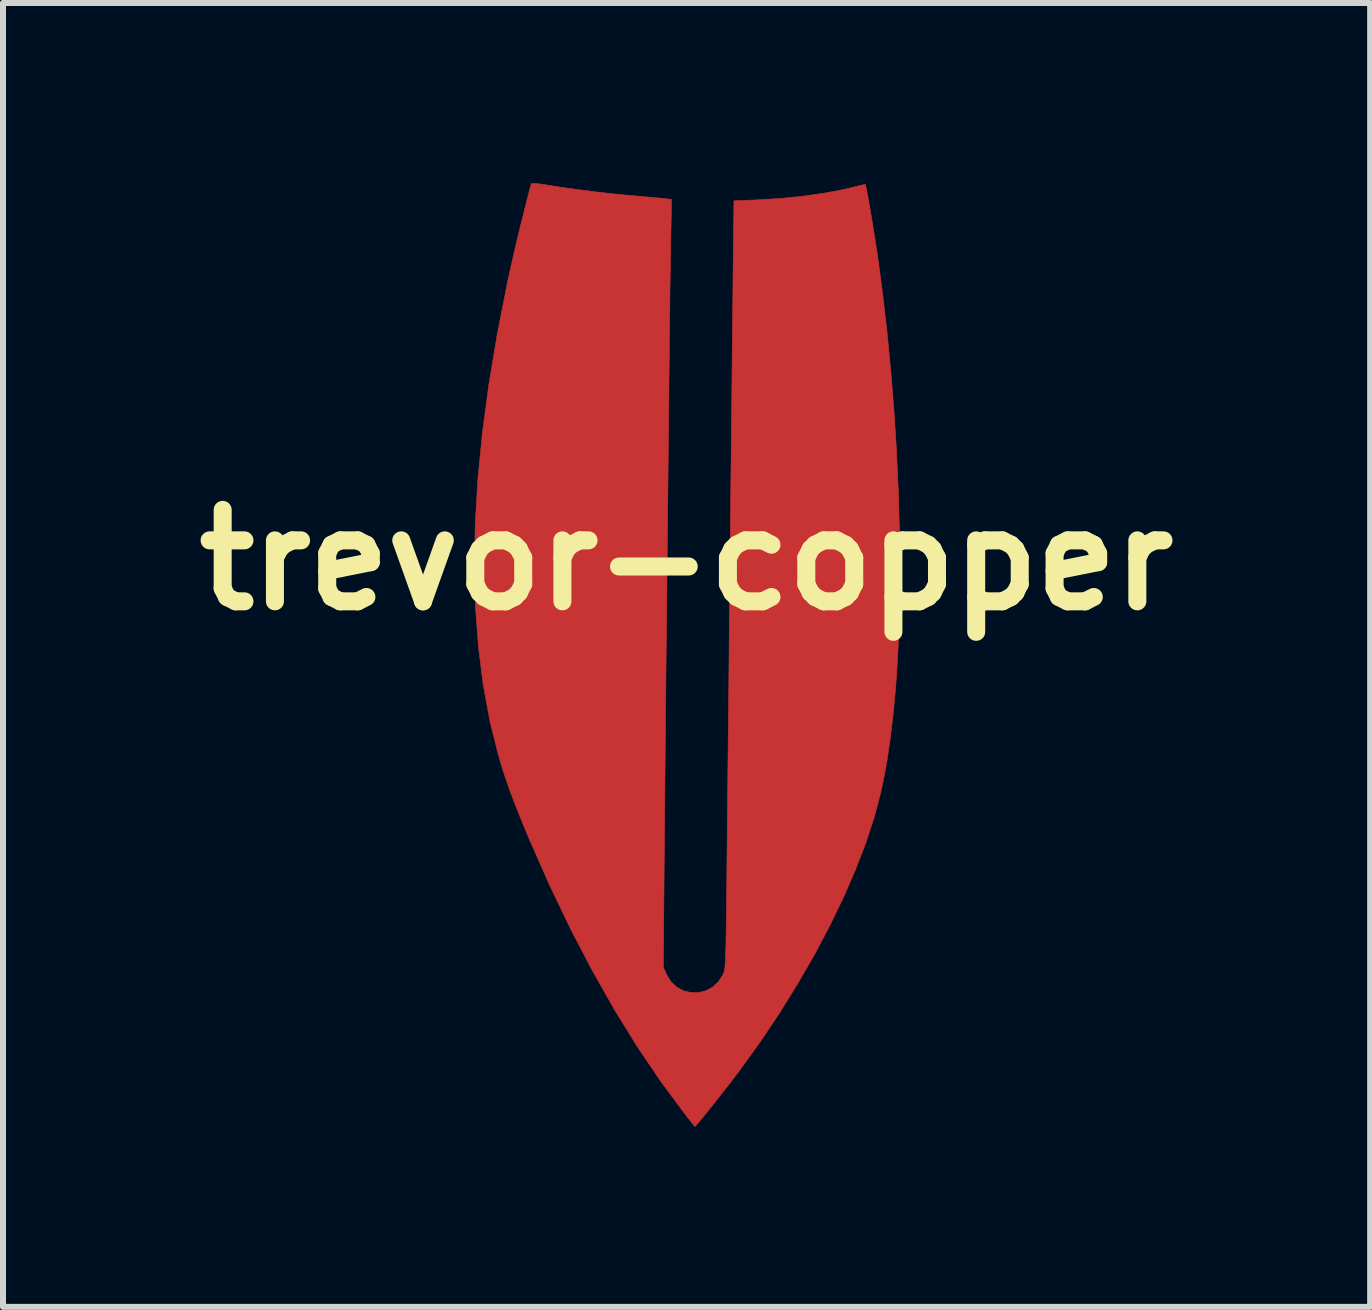
<source format=kicad_pcb>
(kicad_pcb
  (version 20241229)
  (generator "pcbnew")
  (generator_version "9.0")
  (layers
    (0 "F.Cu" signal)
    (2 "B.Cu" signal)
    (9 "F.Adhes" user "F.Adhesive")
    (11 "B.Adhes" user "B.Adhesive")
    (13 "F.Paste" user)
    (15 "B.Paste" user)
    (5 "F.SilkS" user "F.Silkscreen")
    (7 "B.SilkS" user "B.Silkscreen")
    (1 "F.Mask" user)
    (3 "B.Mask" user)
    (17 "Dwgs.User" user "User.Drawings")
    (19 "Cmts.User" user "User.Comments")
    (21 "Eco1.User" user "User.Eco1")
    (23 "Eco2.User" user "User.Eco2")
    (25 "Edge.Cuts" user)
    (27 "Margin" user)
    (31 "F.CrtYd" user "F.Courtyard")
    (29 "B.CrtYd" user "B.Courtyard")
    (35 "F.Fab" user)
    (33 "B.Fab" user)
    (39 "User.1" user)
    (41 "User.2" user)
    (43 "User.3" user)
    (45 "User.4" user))
  (footprint "trevor-copper"
    (layer "F.Cu")
    (at 8.389 6.28)
    (property "Reference" "trevor-copper" (at 0 0 0) (layer "F.SilkS") (effects (font (size 1.524 1.524) (thickness 0.3))))
    (attr through_hole)
    (fp_poly (pts (xy -2.499 -6.271) (xy -2.416 -6.261) (xy -2.317 -6.246) (xy -2.316 -6.246) (xy -2.092 -6.21) (xy -1.839 -6.175) (xy -1.569 -6.14) (xy -1.295 -6.108) (xy -1.03 -6.081) (xy -0.847 -6.065) (xy -0.712 -6.053) (xy -0.586 -6.042) (xy -0.477 -6.032) (xy -0.393 -6.024) (xy -0.342 -6.019) (xy -0.342 -6.019) (xy -0.25 -6.008) (xy -0.262 -5.369) (xy -0.265 -5.218) (xy -0.268 -5.032) (xy -0.271 -4.818) (xy -0.275 -4.583) (xy -0.278 -4.336) (xy -0.281 -4.082) (xy -0.284 -3.829) (xy -0.286 -3.585) (xy -0.286 -3.577) (xy -0.288 -3.41) (xy -0.29 -3.205) (xy -0.293 -2.965) (xy -0.295 -2.695) (xy -0.299 -2.397) (xy -0.302 -2.077) (xy -0.305 -1.738) (xy -0.309 -1.383) (xy -0.313 -1.017) (xy -0.317 -0.643) (xy -0.321 -0.266) (xy -0.324 0.11) (xy -0.328 0.483) (xy -0.328 0.487) (xy -0.332 0.873) (xy -0.336 1.271) (xy -0.341 1.677) (xy -0.345 2.087) (xy -0.349 2.496) (xy -0.353 2.898) (xy -0.356 3.29) (xy -0.36 3.667) (xy -0.363 4.023) (xy -0.366 4.354) (xy -0.369 4.656) (xy -0.371 4.923) (xy -0.373 5.091) (xy -0.387 6.784) (xy -0.339 6.896) (xy -0.265 7.02) (xy -0.169 7.113) (xy -0.056 7.176) (xy 0.067 7.207) (xy 0.194 7.209) (xy 0.318 7.179) (xy 0.432 7.119) (xy 0.531 7.029) (xy 0.608 6.908) (xy 0.613 6.897) (xy 0.62 6.88) (xy 0.626 6.861) (xy 0.632 6.838) (xy 0.637 6.809) (xy 0.641 6.771) (xy 0.645 6.72) (xy 0.649 6.656) (xy 0.652 6.574) (xy 0.655 6.473) (xy 0.658 6.35) (xy 0.66 6.203) (xy 0.663 6.028) (xy 0.666 5.824) (xy 0.668 5.588) (xy 0.671 5.317) (xy 0.674 5.009) (xy 0.678 4.664) (xy 0.681 4.304) (xy 0.685 3.913) (xy 0.689 3.492) (xy 0.694 3.047) (xy 0.699 2.581) (xy 0.704 2.097) (xy 0.709 1.6) (xy 0.714 1.093) (xy 0.719 0.579) (xy 0.725 0.063) (xy 0.73 -0.451) (xy 0.735 -0.961) (xy 0.741 -1.462) (xy 0.746 -1.951) (xy 0.751 -2.423) (xy 0.756 -2.876) (xy 0.76 -3.304) (xy 0.764 -3.706) (xy 0.768 -4.076) (xy 0.772 -4.412) (xy 0.775 -4.709) (xy 0.775 -4.712) (xy 0.79 -5.984) (xy 1.141 -5.998) (xy 1.545 -6.022) (xy 1.931 -6.06) (xy 2.293 -6.111) (xy 2.623 -6.174) (xy 2.773 -6.21) (xy 2.859 -6.231) (xy 2.927 -6.247) (xy 2.969 -6.256) (xy 2.978 -6.257) (xy 2.985 -6.234) (xy 2.998 -6.174) (xy 3.015 -6.085) (xy 3.036 -5.97) (xy 3.059 -5.838) (xy 3.084 -5.692) (xy 3.109 -5.539) (xy 3.134 -5.385) (xy 3.157 -5.236) (xy 3.178 -5.096) (xy 3.184 -5.057) (xy 3.268 -4.428) (xy 3.342 -3.782) (xy 3.405 -3.124) (xy 3.458 -2.461) (xy 3.499 -1.796) (xy 3.529 -1.137) (xy 3.547 -0.487) (xy 3.554 0.146) (xy 3.548 0.759) (xy 3.531 1.344) (xy 3.501 1.898) (xy 3.48 2.17) (xy 3.441 2.581) (xy 3.394 2.973) (xy 3.34 3.339) (xy 3.279 3.673) (xy 3.236 3.873) (xy 3.127 4.284) (xy 2.986 4.716) (xy 2.813 5.165) (xy 2.612 5.627) (xy 2.383 6.1) (xy 2.129 6.579) (xy 1.851 7.061) (xy 1.552 7.543) (xy 1.233 8.02) (xy 0.896 8.489) (xy 0.851 8.549) (xy 0.783 8.639) (xy 0.704 8.742) (xy 0.617 8.852) (xy 0.528 8.966) (xy 0.439 9.078) (xy 0.355 9.183) (xy 0.28 9.276) (xy 0.217 9.353) (xy 0.17 9.408) (xy 0.144 9.437) (xy 0.14 9.44) (xy 0.127 9.425) (xy 0.092 9.382) (xy 0.042 9.318) (xy -0.019 9.241) (xy -0.024 9.234) (xy -0.424 8.695) (xy -0.816 8.115) (xy -1.197 7.498) (xy -1.568 6.845) (xy -1.927 6.157) (xy -2.273 5.437) (xy -2.605 4.686) (xy -2.668 4.536) (xy -2.776 4.274) (xy -2.868 4.041) (xy -2.947 3.832) (xy -3.015 3.637) (xy -3.076 3.45) (xy -3.131 3.262) (xy -3.133 3.255) (xy -3.276 2.682) (xy -3.387 2.08) (xy -3.467 1.45) (xy -3.516 0.792) (xy -3.534 0.105) (xy -3.52 -0.611) (xy -3.476 -1.354) (xy -3.4 -2.126) (xy -3.293 -2.926) (xy -3.155 -3.755) (xy -2.986 -4.611) (xy -2.94 -4.826) (xy -2.912 -4.951) (xy -2.879 -5.093) (xy -2.843 -5.246) (xy -2.805 -5.407) (xy -2.766 -5.568) (xy -2.727 -5.725) (xy -2.691 -5.872) (xy -2.657 -6.004) (xy -2.628 -6.115) (xy -2.605 -6.201) (xy -2.59 -6.255) (xy -2.583 -6.272) (xy -2.557 -6.275) (xy -2.499 -6.271)) (stroke (width 0.01) (type solid)) (fill yes) (layer "F.Cu"))
    (fp_poly (pts (xy -2.499 -6.271) (xy -2.416 -6.261) (xy -2.317 -6.246) (xy -2.316 -6.246) (xy -2.092 -6.21) (xy -1.839 -6.175) (xy -1.569 -6.14) (xy -1.295 -6.108) (xy -1.03 -6.081) (xy -0.847 -6.065) (xy -0.712 -6.053) (xy -0.586 -6.042) (xy -0.477 -6.032) (xy -0.393 -6.024) (xy -0.342 -6.019) (xy -0.342 -6.019) (xy -0.25 -6.008) (xy -0.262 -5.369) (xy -0.265 -5.218) (xy -0.268 -5.032) (xy -0.271 -4.818) (xy -0.275 -4.583) (xy -0.278 -4.336) (xy -0.281 -4.082) (xy -0.284 -3.829) (xy -0.286 -3.585) (xy -0.286 -3.577) (xy -0.288 -3.41) (xy -0.29 -3.205) (xy -0.293 -2.965) (xy -0.295 -2.695) (xy -0.299 -2.397) (xy -0.302 -2.077) (xy -0.305 -1.738) (xy -0.309 -1.383) (xy -0.313 -1.017) (xy -0.317 -0.643) (xy -0.321 -0.266) (xy -0.324 0.11) (xy -0.328 0.483) (xy -0.328 0.487) (xy -0.332 0.873) (xy -0.336 1.271) (xy -0.341 1.677) (xy -0.345 2.087) (xy -0.349 2.496) (xy -0.353 2.898) (xy -0.356 3.29) (xy -0.36 3.667) (xy -0.363 4.023) (xy -0.366 4.354) (xy -0.369 4.656) (xy -0.371 4.923) (xy -0.373 5.091) (xy -0.387 6.784) (xy -0.339 6.896) (xy -0.265 7.02) (xy -0.169 7.113) (xy -0.056 7.176) (xy 0.067 7.207) (xy 0.194 7.209) (xy 0.318 7.179) (xy 0.432 7.119) (xy 0.531 7.029) (xy 0.608 6.908) (xy 0.613 6.897) (xy 0.62 6.88) (xy 0.626 6.861) (xy 0.632 6.838) (xy 0.637 6.809) (xy 0.641 6.771) (xy 0.645 6.72) (xy 0.649 6.656) (xy 0.652 6.574) (xy 0.655 6.473) (xy 0.658 6.35) (xy 0.66 6.203) (xy 0.663 6.028) (xy 0.666 5.824) (xy 0.668 5.588) (xy 0.671 5.317) (xy 0.674 5.009) (xy 0.678 4.664) (xy 0.681 4.304) (xy 0.685 3.913) (xy 0.689 3.492) (xy 0.694 3.047) (xy 0.699 2.581) (xy 0.704 2.097) (xy 0.709 1.6) (xy 0.714 1.093) (xy 0.719 0.579) (xy 0.725 0.063) (xy 0.73 -0.451) (xy 0.735 -0.961) (xy 0.741 -1.462) (xy 0.746 -1.951) (xy 0.751 -2.423) (xy 0.756 -2.876) (xy 0.76 -3.304) (xy 0.764 -3.706) (xy 0.768 -4.076) (xy 0.772 -4.412) (xy 0.775 -4.709) (xy 0.775 -4.712) (xy 0.79 -5.984) (xy 1.141 -5.998) (xy 1.545 -6.022) (xy 1.931 -6.06) (xy 2.293 -6.111) (xy 2.623 -6.174) (xy 2.773 -6.21) (xy 2.859 -6.231) (xy 2.927 -6.247) (xy 2.969 -6.256) (xy 2.978 -6.257) (xy 2.985 -6.234) (xy 2.998 -6.174) (xy 3.015 -6.085) (xy 3.036 -5.97) (xy 3.059 -5.838) (xy 3.084 -5.692) (xy 3.109 -5.539) (xy 3.134 -5.385) (xy 3.157 -5.236) (xy 3.178 -5.096) (xy 3.184 -5.057) (xy 3.268 -4.428) (xy 3.342 -3.782) (xy 3.405 -3.124) (xy 3.458 -2.461) (xy 3.499 -1.796) (xy 3.529 -1.137) (xy 3.547 -0.487) (xy 3.554 0.146) (xy 3.548 0.759) (xy 3.531 1.344) (xy 3.501 1.898) (xy 3.48 2.17) (xy 3.441 2.581) (xy 3.394 2.973) (xy 3.34 3.339) (xy 3.279 3.673) (xy 3.236 3.873) (xy 3.127 4.284) (xy 2.986 4.716) (xy 2.813 5.165) (xy 2.612 5.627) (xy 2.383 6.1) (xy 2.129 6.579) (xy 1.851 7.061) (xy 1.552 7.543) (xy 1.233 8.02) (xy 0.896 8.489) (xy 0.851 8.549) (xy 0.783 8.639) (xy 0.704 8.742) (xy 0.617 8.852) (xy 0.528 8.966) (xy 0.439 9.078) (xy 0.355 9.183) (xy 0.28 9.276) (xy 0.217 9.353) (xy 0.17 9.408) (xy 0.144 9.437) (xy 0.14 9.44) (xy 0.127 9.425) (xy 0.092 9.382) (xy 0.042 9.318) (xy -0.019 9.241) (xy -0.024 9.234) (xy -0.424 8.695) (xy -0.816 8.115) (xy -1.197 7.498) (xy -1.568 6.845) (xy -1.927 6.157) (xy -2.273 5.437) (xy -2.605 4.686) (xy -2.668 4.536) (xy -2.776 4.274) (xy -2.868 4.041) (xy -2.947 3.832) (xy -3.015 3.637) (xy -3.076 3.45) (xy -3.131 3.262) (xy -3.133 3.255) (xy -3.276 2.682) (xy -3.387 2.08) (xy -3.467 1.45) (xy -3.516 0.792) (xy -3.534 0.105) (xy -3.52 -0.611) (xy -3.476 -1.354) (xy -3.4 -2.126) (xy -3.293 -2.926) (xy -3.155 -3.755) (xy -2.986 -4.611) (xy -2.94 -4.826) (xy -2.912 -4.951) (xy -2.879 -5.093) (xy -2.843 -5.246) (xy -2.805 -5.407) (xy -2.766 -5.568) (xy -2.727 -5.725) (xy -2.691 -5.872) (xy -2.657 -6.004) (xy -2.628 -6.115) (xy -2.605 -6.201) (xy -2.59 -6.255) (xy -2.583 -6.272) (xy -2.557 -6.275) (xy -2.499 -6.271)) (stroke (width 0.01) (type solid)) (fill yes) (layer "F.Mask")))
  (gr_rect
    (start -3 -3)
    (end 19.779 18.725)
    (stroke (width 0.1) (type default))
    (fill no)
    (layer "Edge.Cuts")))
</source>
